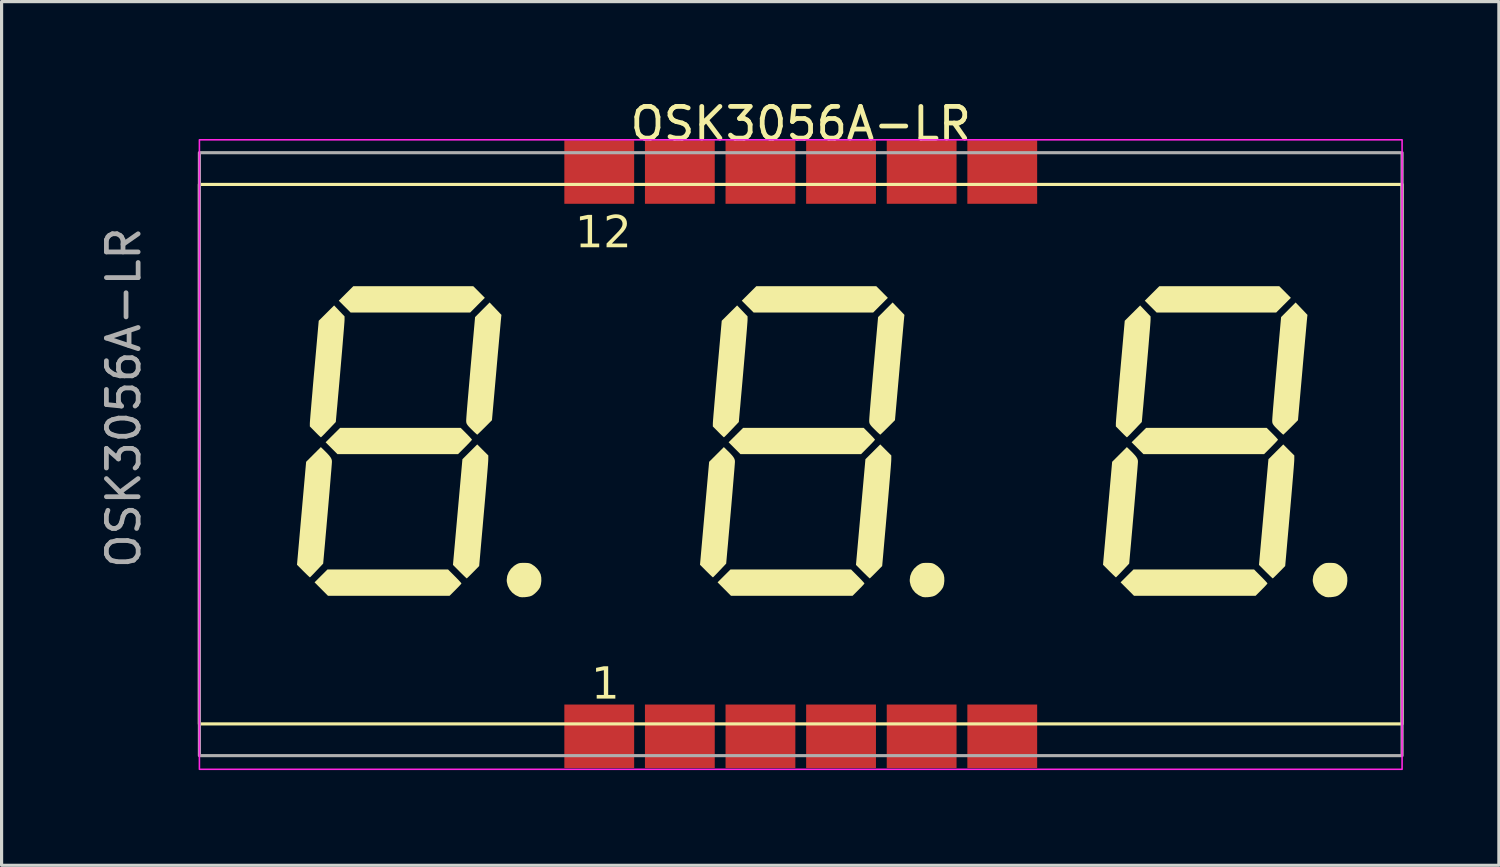
<source format=kicad_pcb>
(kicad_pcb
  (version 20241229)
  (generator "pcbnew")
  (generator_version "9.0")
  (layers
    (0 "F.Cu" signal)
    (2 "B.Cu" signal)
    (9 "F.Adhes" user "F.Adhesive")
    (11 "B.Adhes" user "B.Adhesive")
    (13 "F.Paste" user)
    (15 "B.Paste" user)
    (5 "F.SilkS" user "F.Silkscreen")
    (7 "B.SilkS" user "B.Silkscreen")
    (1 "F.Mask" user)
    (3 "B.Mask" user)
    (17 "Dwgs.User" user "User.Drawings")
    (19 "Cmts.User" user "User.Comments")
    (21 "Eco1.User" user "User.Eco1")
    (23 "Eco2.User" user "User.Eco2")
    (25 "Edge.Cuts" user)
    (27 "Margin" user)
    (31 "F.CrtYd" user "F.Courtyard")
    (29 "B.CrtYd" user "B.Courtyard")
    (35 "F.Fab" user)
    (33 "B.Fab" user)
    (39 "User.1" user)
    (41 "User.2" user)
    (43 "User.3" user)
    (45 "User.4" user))
  (footprint "OSK3056A-LR"
    (layer "F.Cu")
    (at 22.184 11.262)
    (property "Reference" "OSK3056A-LR" (at 0 -10.414 180) (layer "F.SilkS") (effects (font (size 1 1) (thickness 0.15))))
    (attr smd)
    (fp_rect (start -18.95 -8.5) (end 18.95 8.5) (stroke (width 0.1) (type default)) (fill no) (layer "F.SilkS"))
    (fp_poly (pts (xy -10.137 -5.11) (xy -9.955 -4.927) (xy -10.187 -4.695) (xy -10.418 -4.463) (xy -12.302 -4.463) (xy -14.185 -4.463) (xy -14.372 -4.65) (xy -14.558 -4.836) (xy -14.33 -5.064) (xy -14.101 -5.292) (xy -12.21 -5.292) (xy -10.319 -5.292)) (stroke (width 0) (type solid)) (fill yes) (layer "F.SilkS"))
    (fp_poly (pts (xy 2.563 -5.11) (xy 2.745 -4.927) (xy 2.513 -4.695) (xy 2.282 -4.463) (xy 0.398 -4.463) (xy -1.485 -4.463) (xy -1.672 -4.65) (xy -1.858 -4.836) (xy -1.63 -5.064) (xy -1.401 -5.292) (xy 0.49 -5.292) (xy 2.381 -5.292)) (stroke (width 0) (type solid)) (fill yes) (layer "F.SilkS"))
    (fp_poly (pts (xy 15.263 -5.11) (xy 15.445 -4.927) (xy 15.213 -4.695) (xy 14.982 -4.463) (xy 13.098 -4.463) (xy 11.215 -4.463) (xy 11.028 -4.65) (xy 10.842 -4.836) (xy 11.07 -5.064) (xy 11.299 -5.292) (xy 13.19 -5.292) (xy 15.081 -5.292)) (stroke (width 0) (type solid)) (fill yes) (layer "F.SilkS"))
    (fp_poly (pts (xy -10.904 3.845) (xy -10.836 3.914) (xy -10.777 3.975) (xy -10.731 4.025) (xy -10.702 4.059) (xy -10.693 4.073) (xy -10.704 4.09) (xy -10.735 4.126) (xy -10.781 4.176) (xy -10.84 4.236) (xy -10.879 4.276) (xy -11.066 4.463) (xy -12.982 4.463) (xy -14.899 4.463) (xy -15.11 4.251) (xy -15.321 4.039) (xy -15.118 3.836) (xy -14.914 3.633) (xy -13.015 3.633) (xy -11.115 3.633)) (stroke (width 0) (type solid)) (fill yes) (layer "F.SilkS"))
    (fp_poly (pts (xy 1.796 3.845) (xy 1.864 3.914) (xy 1.923 3.975) (xy 1.969 4.025) (xy 1.998 4.059) (xy 2.007 4.073) (xy 1.996 4.09) (xy 1.965 4.126) (xy 1.919 4.176) (xy 1.86 4.236) (xy 1.821 4.276) (xy 1.634 4.463) (xy -0.282 4.463) (xy -2.199 4.463) (xy -2.41 4.251) (xy -2.621 4.039) (xy -2.418 3.836) (xy -2.214 3.633) (xy -0.315 3.633) (xy 1.585 3.633)) (stroke (width 0) (type solid)) (fill yes) (layer "F.SilkS"))
    (fp_poly (pts (xy 14.496 3.845) (xy 14.564 3.914) (xy 14.623 3.975) (xy 14.669 4.025) (xy 14.698 4.059) (xy 14.707 4.073) (xy 14.696 4.09) (xy 14.665 4.126) (xy 14.619 4.176) (xy 14.56 4.236) (xy 14.521 4.276) (xy 14.334 4.463) (xy 12.418 4.463) (xy 10.501 4.463) (xy 10.29 4.251) (xy 10.079 4.039) (xy 10.282 3.836) (xy 10.486 3.633) (xy 12.385 3.633) (xy 14.285 3.633)) (stroke (width 0) (type solid)) (fill yes) (layer "F.SilkS"))
    (fp_poly (pts (xy -10.539 -0.651) (xy -10.477 -0.588) (xy -10.424 -0.532) (xy -10.385 -0.489) (xy -10.364 -0.462) (xy -10.361 -0.456) (xy -10.372 -0.44) (xy -10.403 -0.404) (xy -10.451 -0.353) (xy -10.511 -0.291) (xy -10.58 -0.221) (xy -10.58 -0.22) (xy -10.8 0) (xy -12.7 0) (xy -14.6 0) (xy -14.786 -0.187) (xy -14.973 -0.374) (xy -14.744 -0.602) (xy -14.516 -0.829) (xy -12.617 -0.829) (xy -10.717 -0.829)) (stroke (width 0) (type solid)) (fill yes) (layer "F.SilkS"))
    (fp_poly (pts (xy 2.161 -0.651) (xy 2.223 -0.588) (xy 2.276 -0.532) (xy 2.315 -0.489) (xy 2.336 -0.462) (xy 2.339 -0.456) (xy 2.328 -0.44) (xy 2.297 -0.404) (xy 2.249 -0.353) (xy 2.189 -0.291) (xy 2.12 -0.221) (xy 2.12 -0.22) (xy 1.9 0) (xy 0 0) (xy -1.9 0) (xy -2.086 -0.187) (xy -2.273 -0.374) (xy -2.044 -0.602) (xy -1.816 -0.829) (xy 0.083 -0.829) (xy 1.983 -0.829)) (stroke (width 0) (type solid)) (fill yes) (layer "F.SilkS"))
    (fp_poly (pts (xy 14.861 -0.651) (xy 14.923 -0.588) (xy 14.976 -0.532) (xy 15.015 -0.489) (xy 15.036 -0.462) (xy 15.039 -0.456) (xy 15.028 -0.44) (xy 14.997 -0.404) (xy 14.949 -0.353) (xy 14.889 -0.291) (xy 14.82 -0.221) (xy 14.82 -0.22) (xy 14.6 0) (xy 12.7 0) (xy 10.8 0) (xy 10.614 -0.187) (xy 10.427 -0.374) (xy 10.656 -0.602) (xy 10.884 -0.829) (xy 12.783 -0.829) (xy 14.683 -0.829)) (stroke (width 0) (type solid)) (fill yes) (layer "F.SilkS"))
    (fp_poly (pts (xy -10.021 -0.133) (xy -9.846 0.041) (xy -9.847 0.157) (xy -9.848 0.19) (xy -9.851 0.247) (xy -9.857 0.328) (xy -9.865 0.435) (xy -9.876 0.568) (xy -9.889 0.728) (xy -9.905 0.915) (xy -9.923 1.13) (xy -9.944 1.374) (xy -9.968 1.648) (xy -9.995 1.952) (xy -10.024 2.286) (xy -10.057 2.653) (xy -10.092 3.051) (xy -10.097 3.111) (xy -10.134 3.525) (xy -10.325 3.72) (xy -10.39 3.785) (xy -10.446 3.841) (xy -10.49 3.884) (xy -10.518 3.91) (xy -10.526 3.915) (xy -10.54 3.904) (xy -10.574 3.873) (xy -10.623 3.826) (xy -10.684 3.766) (xy -10.748 3.703) (xy -10.96 3.49) (xy -10.811 1.825) (xy -10.662 0.16) (xy -10.429 -0.073) (xy -10.195 -0.307)) (stroke (width 0) (type solid)) (fill yes) (layer "F.SilkS"))
    (fp_poly (pts (xy 2.679 -0.133) (xy 2.854 0.041) (xy 2.853 0.157) (xy 2.852 0.19) (xy 2.849 0.247) (xy 2.843 0.328) (xy 2.835 0.435) (xy 2.824 0.568) (xy 2.811 0.728) (xy 2.795 0.915) (xy 2.777 1.13) (xy 2.756 1.374) (xy 2.732 1.648) (xy 2.705 1.952) (xy 2.676 2.286) (xy 2.643 2.653) (xy 2.608 3.051) (xy 2.603 3.111) (xy 2.566 3.525) (xy 2.375 3.72) (xy 2.31 3.785) (xy 2.254 3.841) (xy 2.21 3.884) (xy 2.182 3.91) (xy 2.174 3.915) (xy 2.16 3.904) (xy 2.126 3.873) (xy 2.077 3.826) (xy 2.016 3.766) (xy 1.952 3.703) (xy 1.74 3.49) (xy 1.889 1.825) (xy 2.038 0.16) (xy 2.271 -0.073) (xy 2.505 -0.307)) (stroke (width 0) (type solid)) (fill yes) (layer "F.SilkS"))
    (fp_poly (pts (xy 15.379 -0.133) (xy 15.554 0.041) (xy 15.553 0.157) (xy 15.552 0.19) (xy 15.549 0.247) (xy 15.543 0.328) (xy 15.535 0.435) (xy 15.524 0.568) (xy 15.511 0.728) (xy 15.495 0.915) (xy 15.477 1.13) (xy 15.456 1.374) (xy 15.432 1.648) (xy 15.405 1.952) (xy 15.376 2.286) (xy 15.343 2.653) (xy 15.308 3.051) (xy 15.303 3.111) (xy 15.266 3.525) (xy 15.075 3.72) (xy 15.01 3.785) (xy 14.954 3.841) (xy 14.91 3.884) (xy 14.882 3.91) (xy 14.874 3.915) (xy 14.86 3.904) (xy 14.826 3.873) (xy 14.777 3.826) (xy 14.716 3.766) (xy 14.652 3.703) (xy 14.44 3.49) (xy 14.589 1.825) (xy 14.738 0.16) (xy 14.971 -0.073) (xy 15.205 -0.307)) (stroke (width 0) (type solid)) (fill yes) (layer "F.SilkS"))
    (fp_poly (pts (xy -15.013 -0.116) (xy -14.926 -0.029) (xy -14.862 0.041) (xy -14.818 0.099) (xy -14.79 0.149) (xy -14.777 0.194) (xy -14.774 0.231) (xy -14.775 0.26) (xy -14.779 0.32) (xy -14.786 0.408) (xy -14.795 0.522) (xy -14.807 0.66) (xy -14.82 0.819) (xy -14.835 0.997) (xy -14.851 1.192) (xy -14.869 1.4) (xy -14.888 1.621) (xy -14.908 1.85) (xy -14.929 2.087) (xy -14.95 2.329) (xy -14.972 2.573) (xy -14.993 2.817) (xy -15.012 3.023) (xy -15.05 3.449) (xy -15.254 3.665) (xy -15.32 3.735) (xy -15.378 3.795) (xy -15.425 3.842) (xy -15.456 3.873) (xy -15.468 3.882) (xy -15.483 3.871) (xy -15.517 3.84) (xy -15.566 3.793) (xy -15.626 3.734) (xy -15.677 3.684) (xy -15.875 3.486) (xy -15.731 1.863) (xy -15.587 0.241) (xy -15.355 0.009) (xy -15.123 -0.223)) (stroke (width 0) (type solid)) (fill yes) (layer "F.SilkS"))
    (fp_poly (pts (xy -2.313 -0.116) (xy -2.226 -0.029) (xy -2.162 0.041) (xy -2.118 0.099) (xy -2.09 0.149) (xy -2.077 0.194) (xy -2.074 0.231) (xy -2.075 0.26) (xy -2.079 0.32) (xy -2.086 0.408) (xy -2.095 0.522) (xy -2.107 0.66) (xy -2.12 0.819) (xy -2.135 0.997) (xy -2.151 1.192) (xy -2.169 1.4) (xy -2.188 1.621) (xy -2.208 1.85) (xy -2.229 2.087) (xy -2.25 2.329) (xy -2.272 2.573) (xy -2.293 2.817) (xy -2.312 3.023) (xy -2.35 3.449) (xy -2.554 3.665) (xy -2.62 3.735) (xy -2.678 3.795) (xy -2.725 3.842) (xy -2.756 3.873) (xy -2.768 3.882) (xy -2.783 3.871) (xy -2.817 3.84) (xy -2.866 3.793) (xy -2.926 3.734) (xy -2.977 3.684) (xy -3.175 3.486) (xy -3.031 1.863) (xy -2.887 0.241) (xy -2.655 0.009) (xy -2.423 -0.223)) (stroke (width 0) (type solid)) (fill yes) (layer "F.SilkS"))
    (fp_poly (pts (xy 10.387 -0.116) (xy 10.474 -0.029) (xy 10.538 0.041) (xy 10.582 0.099) (xy 10.61 0.149) (xy 10.623 0.194) (xy 10.626 0.231) (xy 10.625 0.26) (xy 10.621 0.32) (xy 10.614 0.408) (xy 10.605 0.522) (xy 10.593 0.66) (xy 10.58 0.819) (xy 10.565 0.997) (xy 10.549 1.192) (xy 10.531 1.4) (xy 10.512 1.621) (xy 10.492 1.85) (xy 10.471 2.087) (xy 10.45 2.329) (xy 10.428 2.573) (xy 10.407 2.817) (xy 10.388 3.023) (xy 10.35 3.449) (xy 10.146 3.665) (xy 10.08 3.735) (xy 10.022 3.795) (xy 9.975 3.842) (xy 9.944 3.873) (xy 9.932 3.882) (xy 9.917 3.871) (xy 9.883 3.84) (xy 9.834 3.793) (xy 9.774 3.734) (xy 9.723 3.684) (xy 9.525 3.486) (xy 9.669 1.863) (xy 9.813 0.241) (xy 10.045 0.009) (xy 10.277 -0.223)) (stroke (width 0) (type solid)) (fill yes) (layer "F.SilkS"))
    (fp_poly (pts (xy -8.64 3.427) (xy -8.584 3.432) (xy -8.54 3.442) (xy -8.498 3.459) (xy -8.476 3.471) (xy -8.389 3.529) (xy -8.308 3.606) (xy -8.242 3.693) (xy -8.199 3.78) (xy -8.194 3.795) (xy -8.177 3.889) (xy -8.175 3.995) (xy -8.187 4.099) (xy -8.212 4.186) (xy -8.212 4.187) (xy -8.25 4.252) (xy -8.308 4.323) (xy -8.377 4.39) (xy -8.447 4.443) (xy -8.479 4.461) (xy -8.539 4.483) (xy -8.619 4.498) (xy -8.705 4.508) (xy -8.788 4.509) (xy -8.853 4.502) (xy -8.868 4.498) (xy -8.989 4.442) (xy -9.093 4.362) (xy -9.175 4.262) (xy -9.233 4.148) (xy -9.263 4.023) (xy -9.266 3.965) (xy -9.25 3.838) (xy -9.204 3.719) (xy -9.131 3.611) (xy -9.034 3.52) (xy -8.965 3.475) (xy -8.919 3.452) (xy -8.88 3.437) (xy -8.835 3.429) (xy -8.775 3.426) (xy -8.718 3.426)) (stroke (width 0) (type solid)) (fill yes) (layer "F.SilkS"))
    (fp_poly (pts (xy 4.06 3.427) (xy 4.116 3.432) (xy 4.16 3.442) (xy 4.202 3.459) (xy 4.224 3.471) (xy 4.311 3.529) (xy 4.392 3.606) (xy 4.458 3.693) (xy 4.501 3.78) (xy 4.506 3.795) (xy 4.523 3.889) (xy 4.525 3.995) (xy 4.513 4.099) (xy 4.488 4.186) (xy 4.488 4.187) (xy 4.45 4.252) (xy 4.392 4.323) (xy 4.323 4.39) (xy 4.253 4.443) (xy 4.221 4.461) (xy 4.161 4.483) (xy 4.081 4.498) (xy 3.995 4.508) (xy 3.912 4.509) (xy 3.847 4.502) (xy 3.832 4.498) (xy 3.711 4.442) (xy 3.607 4.362) (xy 3.525 4.262) (xy 3.467 4.148) (xy 3.437 4.023) (xy 3.434 3.965) (xy 3.45 3.838) (xy 3.496 3.719) (xy 3.569 3.611) (xy 3.666 3.52) (xy 3.735 3.475) (xy 3.781 3.452) (xy 3.82 3.437) (xy 3.865 3.429) (xy 3.925 3.426) (xy 3.982 3.426)) (stroke (width 0) (type solid)) (fill yes) (layer "F.SilkS"))
    (fp_poly (pts (xy 16.76 3.427) (xy 16.816 3.432) (xy 16.86 3.442) (xy 16.902 3.459) (xy 16.924 3.471) (xy 17.011 3.529) (xy 17.092 3.606) (xy 17.158 3.693) (xy 17.201 3.78) (xy 17.206 3.795) (xy 17.223 3.889) (xy 17.225 3.995) (xy 17.213 4.099) (xy 17.188 4.186) (xy 17.188 4.187) (xy 17.15 4.252) (xy 17.092 4.323) (xy 17.023 4.39) (xy 16.953 4.443) (xy 16.921 4.461) (xy 16.861 4.483) (xy 16.781 4.498) (xy 16.695 4.508) (xy 16.612 4.509) (xy 16.547 4.502) (xy 16.532 4.498) (xy 16.411 4.442) (xy 16.307 4.362) (xy 16.225 4.262) (xy 16.167 4.148) (xy 16.137 4.023) (xy 16.134 3.965) (xy 16.15 3.838) (xy 16.196 3.719) (xy 16.269 3.611) (xy 16.366 3.52) (xy 16.435 3.475) (xy 16.481 3.452) (xy 16.52 3.437) (xy 16.565 3.429) (xy 16.625 3.426) (xy 16.682 3.426)) (stroke (width 0) (type solid)) (fill yes) (layer "F.SilkS"))
    (fp_poly (pts (xy -14.54 -4.514) (xy -14.376 -4.342) (xy -14.376 -4.247) (xy -14.377 -4.215) (xy -14.381 -4.152) (xy -14.388 -4.06) (xy -14.397 -3.942) (xy -14.409 -3.799) (xy -14.423 -3.634) (xy -14.438 -3.449) (xy -14.455 -3.247) (xy -14.474 -3.028) (xy -14.494 -2.796) (xy -14.515 -2.553) (xy -14.537 -2.3) (xy -14.56 -2.041) (xy -14.584 -1.777) (xy -14.607 -1.51) (xy -14.614 -1.44) (xy -14.652 -1.013) (xy -14.881 -0.772) (xy -14.951 -0.699) (xy -15.013 -0.634) (xy -15.065 -0.582) (xy -15.101 -0.547) (xy -15.12 -0.531) (xy -15.121 -0.531) (xy -15.136 -0.542) (xy -15.17 -0.573) (xy -15.218 -0.619) (xy -15.276 -0.677) (xy -15.301 -0.703) (xy -15.47 -0.874) (xy -15.47 -0.964) (xy -15.469 -0.993) (xy -15.465 -1.053) (xy -15.458 -1.141) (xy -15.449 -1.255) (xy -15.437 -1.392) (xy -15.424 -1.55) (xy -15.409 -1.726) (xy -15.392 -1.918) (xy -15.375 -2.124) (xy -15.356 -2.341) (xy -15.336 -2.566) (xy -15.33 -2.629) (xy -15.19 -4.204) (xy -14.948 -4.445) (xy -14.705 -4.687)) (stroke (width 0) (type solid)) (fill yes) (layer "F.SilkS"))
    (fp_poly (pts (xy -1.84 -4.514) (xy -1.676 -4.342) (xy -1.676 -4.247) (xy -1.677 -4.215) (xy -1.681 -4.152) (xy -1.688 -4.06) (xy -1.697 -3.942) (xy -1.709 -3.799) (xy -1.723 -3.634) (xy -1.738 -3.449) (xy -1.755 -3.247) (xy -1.774 -3.028) (xy -1.794 -2.796) (xy -1.815 -2.553) (xy -1.837 -2.3) (xy -1.86 -2.041) (xy -1.884 -1.777) (xy -1.907 -1.51) (xy -1.914 -1.44) (xy -1.952 -1.013) (xy -2.181 -0.772) (xy -2.251 -0.699) (xy -2.313 -0.634) (xy -2.365 -0.582) (xy -2.401 -0.547) (xy -2.42 -0.531) (xy -2.421 -0.531) (xy -2.436 -0.542) (xy -2.47 -0.573) (xy -2.518 -0.619) (xy -2.576 -0.677) (xy -2.601 -0.703) (xy -2.771 -0.874) (xy -2.77 -0.964) (xy -2.769 -0.993) (xy -2.765 -1.053) (xy -2.758 -1.141) (xy -2.749 -1.255) (xy -2.737 -1.392) (xy -2.724 -1.55) (xy -2.709 -1.726) (xy -2.692 -1.918) (xy -2.675 -2.124) (xy -2.656 -2.341) (xy -2.636 -2.566) (xy -2.63 -2.629) (xy -2.49 -4.204) (xy -2.248 -4.445) (xy -2.005 -4.687)) (stroke (width 0) (type solid)) (fill yes) (layer "F.SilkS"))
    (fp_poly (pts (xy 10.86 -4.514) (xy 11.024 -4.342) (xy 11.024 -4.247) (xy 11.023 -4.215) (xy 11.019 -4.152) (xy 11.012 -4.06) (xy 11.003 -3.942) (xy 10.991 -3.799) (xy 10.977 -3.634) (xy 10.962 -3.449) (xy 10.945 -3.247) (xy 10.926 -3.028) (xy 10.906 -2.796) (xy 10.885 -2.553) (xy 10.863 -2.3) (xy 10.84 -2.041) (xy 10.816 -1.777) (xy 10.793 -1.51) (xy 10.786 -1.44) (xy 10.748 -1.013) (xy 10.519 -0.772) (xy 10.449 -0.699) (xy 10.387 -0.634) (xy 10.335 -0.582) (xy 10.299 -0.547) (xy 10.28 -0.531) (xy 10.279 -0.531) (xy 10.264 -0.542) (xy 10.23 -0.573) (xy 10.182 -0.619) (xy 10.124 -0.677) (xy 10.099 -0.703) (xy 9.93 -0.874) (xy 9.93 -0.964) (xy 9.931 -0.993) (xy 9.935 -1.053) (xy 9.942 -1.141) (xy 9.951 -1.255) (xy 9.963 -1.392) (xy 9.976 -1.55) (xy 9.991 -1.726) (xy 10.008 -1.918) (xy 10.025 -2.124) (xy 10.044 -2.341) (xy 10.064 -2.566) (xy 10.07 -2.629) (xy 10.21 -4.204) (xy 10.452 -4.445) (xy 10.695 -4.687)) (stroke (width 0) (type solid)) (fill yes) (layer "F.SilkS"))
    (fp_poly (pts (xy -9.618 -4.585) (xy -9.432 -4.389) (xy -9.441 -4.314) (xy -9.443 -4.287) (xy -9.449 -4.229) (xy -9.457 -4.143) (xy -9.467 -4.031) (xy -9.479 -3.896) (xy -9.493 -3.74) (xy -9.509 -3.565) (xy -9.526 -3.374) (xy -9.545 -3.169) (xy -9.564 -2.953) (xy -9.584 -2.727) (xy -9.59 -2.654) (xy -9.731 -1.07) (xy -9.958 -0.842) (xy -10.029 -0.772) (xy -10.092 -0.71) (xy -10.143 -0.661) (xy -10.178 -0.628) (xy -10.194 -0.614) (xy -10.195 -0.614) (xy -10.209 -0.625) (xy -10.242 -0.654) (xy -10.288 -0.696) (xy -10.319 -0.726) (xy -10.398 -0.804) (xy -10.457 -0.864) (xy -10.497 -0.912) (xy -10.523 -0.951) (xy -10.537 -0.987) (xy -10.542 -1.025) (xy -10.543 -1.055) (xy -10.542 -1.084) (xy -10.539 -1.134) (xy -10.534 -1.205) (xy -10.527 -1.299) (xy -10.518 -1.416) (xy -10.506 -1.558) (xy -10.492 -1.726) (xy -10.475 -1.92) (xy -10.456 -2.141) (xy -10.434 -2.391) (xy -10.41 -2.67) (xy -10.382 -2.981) (xy -10.352 -3.322) (xy -10.337 -3.491) (xy -10.263 -4.319) (xy -10.034 -4.55) (xy -9.805 -4.78)) (stroke (width 0) (type solid)) (fill yes) (layer "F.SilkS"))
    (fp_poly (pts (xy 3.082 -4.585) (xy 3.268 -4.389) (xy 3.259 -4.314) (xy 3.257 -4.287) (xy 3.251 -4.229) (xy 3.243 -4.143) (xy 3.233 -4.031) (xy 3.221 -3.896) (xy 3.207 -3.74) (xy 3.191 -3.565) (xy 3.174 -3.374) (xy 3.155 -3.169) (xy 3.136 -2.953) (xy 3.116 -2.727) (xy 3.11 -2.654) (xy 2.969 -1.07) (xy 2.742 -0.842) (xy 2.671 -0.772) (xy 2.608 -0.71) (xy 2.557 -0.661) (xy 2.522 -0.628) (xy 2.506 -0.614) (xy 2.505 -0.614) (xy 2.491 -0.625) (xy 2.458 -0.654) (xy 2.412 -0.696) (xy 2.381 -0.726) (xy 2.302 -0.804) (xy 2.243 -0.864) (xy 2.203 -0.912) (xy 2.177 -0.951) (xy 2.163 -0.987) (xy 2.158 -1.025) (xy 2.157 -1.055) (xy 2.158 -1.084) (xy 2.161 -1.134) (xy 2.166 -1.205) (xy 2.173 -1.299) (xy 2.182 -1.416) (xy 2.194 -1.558) (xy 2.208 -1.726) (xy 2.225 -1.92) (xy 2.244 -2.141) (xy 2.266 -2.391) (xy 2.29 -2.67) (xy 2.318 -2.981) (xy 2.348 -3.322) (xy 2.363 -3.491) (xy 2.437 -4.319) (xy 2.666 -4.55) (xy 2.895 -4.78)) (stroke (width 0) (type solid)) (fill yes) (layer "F.SilkS"))
    (fp_poly (pts (xy 15.782 -4.585) (xy 15.968 -4.389) (xy 15.959 -4.314) (xy 15.957 -4.287) (xy 15.951 -4.229) (xy 15.943 -4.143) (xy 15.933 -4.031) (xy 15.921 -3.896) (xy 15.907 -3.74) (xy 15.891 -3.565) (xy 15.874 -3.374) (xy 15.855 -3.169) (xy 15.836 -2.953) (xy 15.816 -2.727) (xy 15.81 -2.654) (xy 15.669 -1.07) (xy 15.442 -0.842) (xy 15.371 -0.772) (xy 15.308 -0.71) (xy 15.257 -0.661) (xy 15.222 -0.628) (xy 15.206 -0.614) (xy 15.205 -0.614) (xy 15.191 -0.625) (xy 15.158 -0.654) (xy 15.112 -0.696) (xy 15.081 -0.726) (xy 15.002 -0.804) (xy 14.943 -0.864) (xy 14.903 -0.912) (xy 14.877 -0.951) (xy 14.863 -0.987) (xy 14.858 -1.025) (xy 14.857 -1.055) (xy 14.858 -1.084) (xy 14.861 -1.134) (xy 14.866 -1.205) (xy 14.873 -1.299) (xy 14.882 -1.416) (xy 14.894 -1.558) (xy 14.908 -1.726) (xy 14.925 -1.92) (xy 14.944 -2.141) (xy 14.966 -2.391) (xy 14.99 -2.67) (xy 15.018 -2.981) (xy 15.048 -3.322) (xy 15.063 -3.491) (xy 15.137 -4.319) (xy 15.366 -4.55) (xy 15.595 -4.78)) (stroke (width 0) (type solid)) (fill yes) (layer "F.SilkS"))
    (fp_rect (start -18.95 -9.906) (end 18.95 9.931) (stroke (width 0.05) (type solid)) (fill no) (layer "F.CrtYd"))
    (fp_rect (start -18.95 -9.5) (end 18.95 9.5) (stroke (width 0.1) (type default)) (fill no) (layer "F.Fab"))
    (fp_text user "1" (at -6.604 7.874 0) (unlocked yes) (layer "F.SilkS") (effects (font (face "Minecraft") (size 1 1) (thickness 0.15)) (justify left bottom)))
    (fp_text user "12" (at -7.112 -6.35 0) (unlocked yes) (layer "F.SilkS") (effects (font (face "Minecraft") (size 1 1) (thickness 0.15)) (justify left bottom)))
    (fp_text user "${REFERENCE}" (at -21.336 -1.778 90) (layer "F.Fab") (effects (font (size 1 1) (thickness 0.15))))
    (pad "1" smd rect (at -6.35 8.89 90) (size 2 2.2) (layers "F.Cu" "F.Mask" "F.Paste"))
    (pad "2" smd rect (at -3.81 8.89 90) (size 2 2.2) (layers "F.Cu" "F.Mask" "F.Paste"))
    (pad "3" smd rect (at -1.27 8.89 90) (size 2 2.2) (layers "F.Cu" "F.Mask" "F.Paste"))
    (pad "4" smd rect (at 1.27 8.89 90) (size 2 2.2) (layers "F.Cu" "F.Mask" "F.Paste"))
    (pad "5" smd rect (at 3.81 8.89 90) (size 2 2.2) (layers "F.Cu" "F.Mask" "F.Paste"))
    (pad "6" smd rect (at 6.35 8.89 90) (size 2 2.2) (layers "F.Cu" "F.Mask" "F.Paste"))
    (pad "7" smd rect (at 6.35 -8.89 90) (size 2 2.2) (layers "F.Cu" "F.Mask" "F.Paste"))
    (pad "8" smd rect (at 3.81 -8.89 90) (size 2 2.2) (layers "F.Cu" "F.Mask" "F.Paste"))
    (pad "9" smd rect (at 1.27 -8.89 90) (size 2 2.2) (layers "F.Cu" "F.Mask" "F.Paste"))
    (pad "10" smd rect (at -1.27 -8.89 90) (size 2 2.2) (layers "F.Cu" "F.Mask" "F.Paste"))
    (pad "11" smd rect (at -3.81 -8.89 90) (size 2 2.2) (layers "F.Cu" "F.Mask" "F.Paste"))
    (pad "12" smd rect (at -6.35 -8.89 90) (size 2 2.2) (layers "F.Cu" "F.Mask" "F.Paste")))
  (gr_rect
    (start -3 -3)
    (end 44.184 24.218)
    (stroke (width 0.1) (type default))
    (fill no)
    (layer "Edge.Cuts")))
</source>
